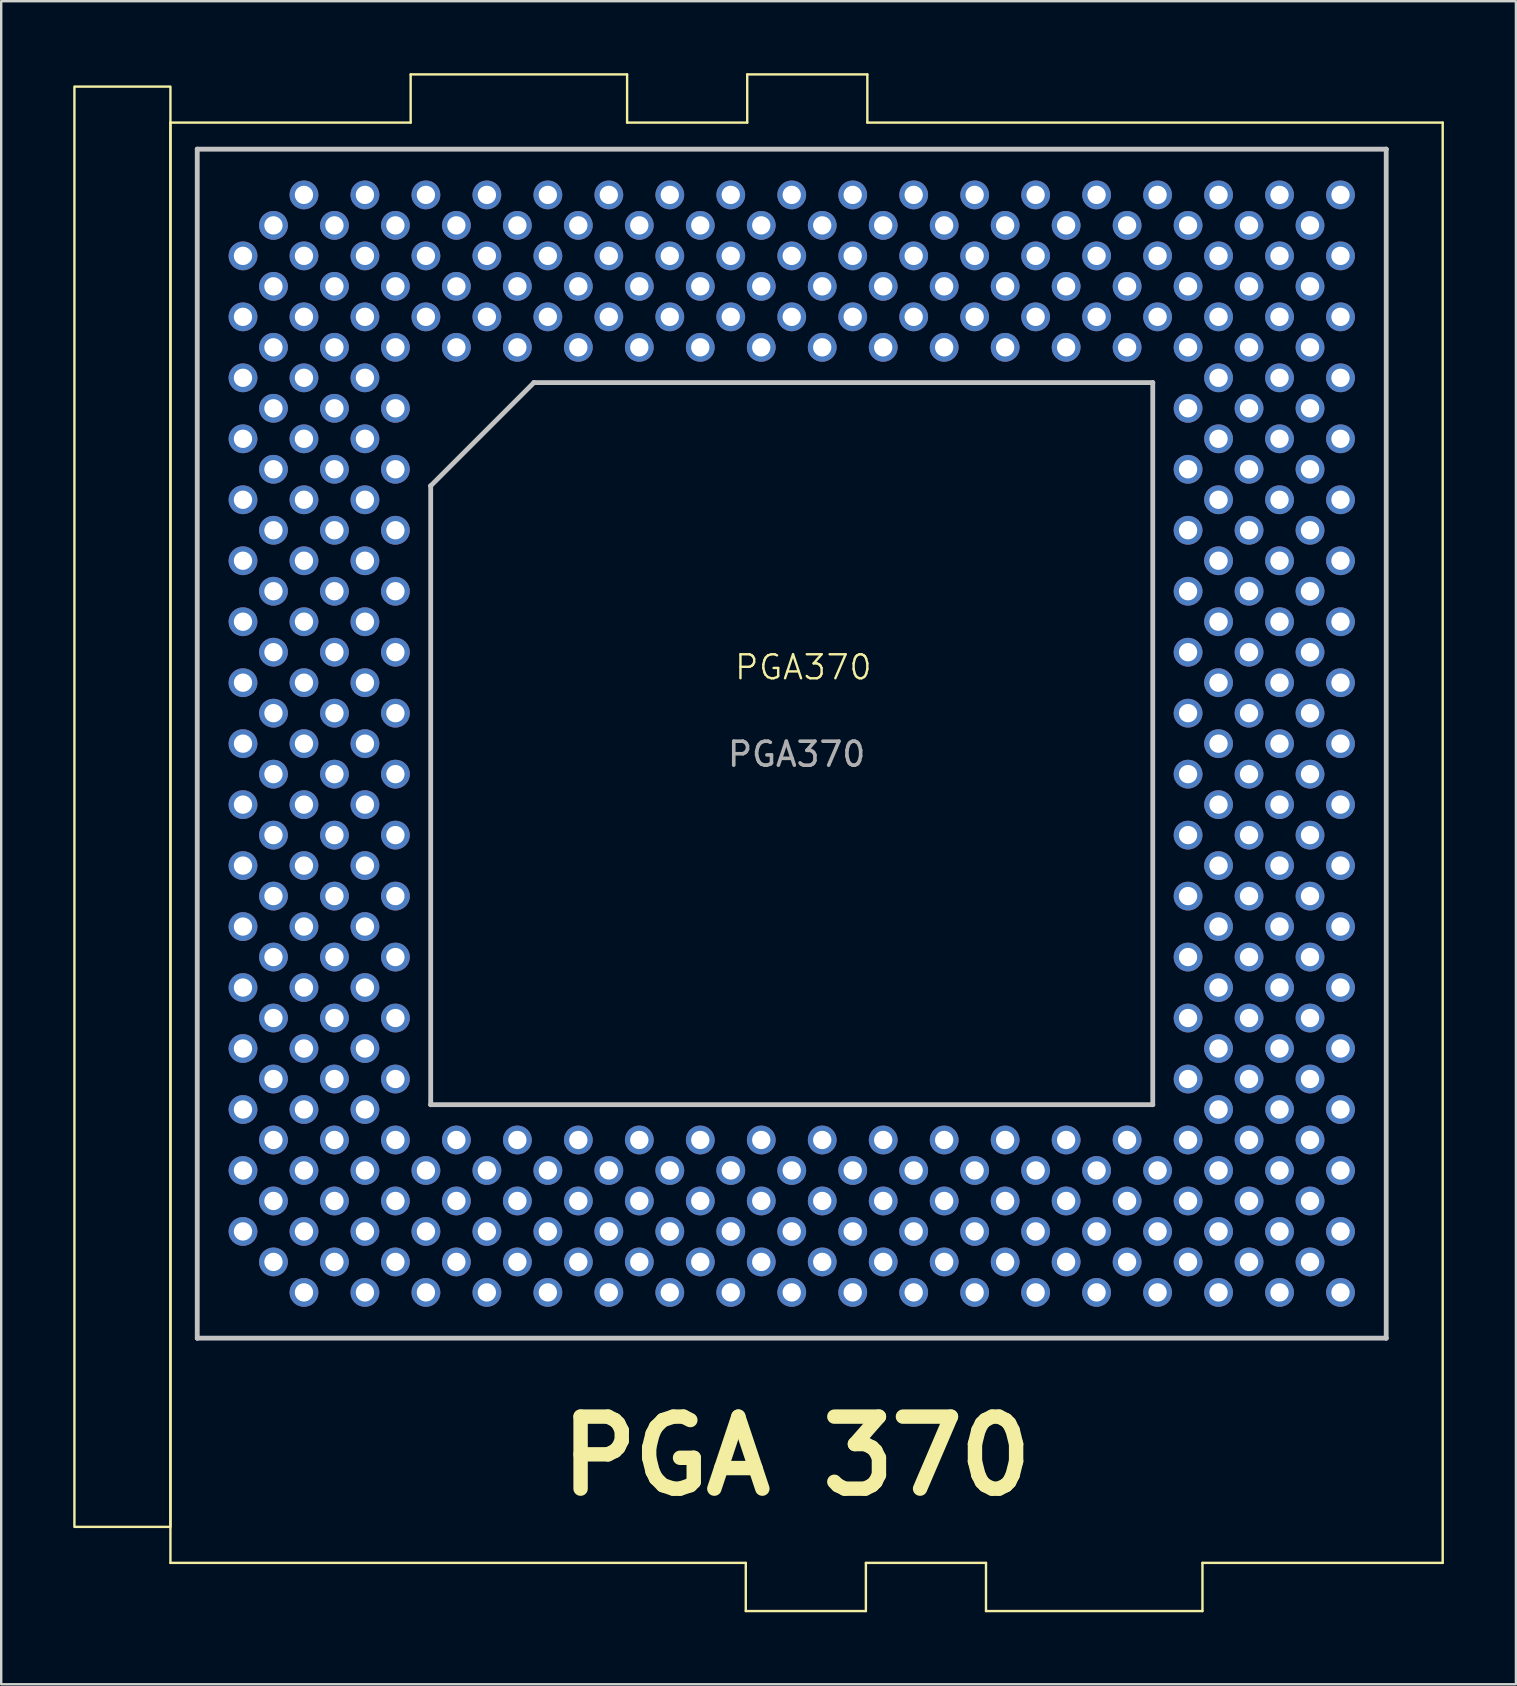
<source format=kicad_pcb>
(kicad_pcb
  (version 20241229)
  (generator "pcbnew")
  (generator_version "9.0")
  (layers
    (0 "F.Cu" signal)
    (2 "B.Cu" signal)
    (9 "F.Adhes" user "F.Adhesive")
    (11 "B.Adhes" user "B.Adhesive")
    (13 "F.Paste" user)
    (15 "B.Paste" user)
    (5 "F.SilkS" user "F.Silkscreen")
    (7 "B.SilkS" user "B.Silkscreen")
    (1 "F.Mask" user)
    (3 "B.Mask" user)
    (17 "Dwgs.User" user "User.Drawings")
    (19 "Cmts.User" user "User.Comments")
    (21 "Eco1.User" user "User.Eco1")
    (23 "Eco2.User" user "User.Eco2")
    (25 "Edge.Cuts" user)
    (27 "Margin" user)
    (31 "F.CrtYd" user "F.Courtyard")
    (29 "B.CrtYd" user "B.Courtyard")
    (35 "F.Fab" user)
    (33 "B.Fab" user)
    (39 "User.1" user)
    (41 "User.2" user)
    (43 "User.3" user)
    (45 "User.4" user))
  (footprint "PGA370"
    (layer "F.Cu")
    (at 30.415 25.247)
    (property "Reference" "PGA370" (at 0 -0.5 0) (unlocked yes) (layer "F.SilkS") (effects (font (size 1 1) (thickness 0.1))))
    (attr through_hole)
    (fp_line (start -26.365 -23.19) (end -16.358 -23.19) (stroke (width 0.1) (type default)) (layer "F.SilkS"))
    (fp_line (start -26.365 36.81) (end -26.365 -23.19) (stroke (width 0.1) (type default)) (layer "F.SilkS"))
    (fp_line (start -16.358 -25.197) (end -7.341 -25.197) (stroke (width 0.1) (type default)) (layer "F.SilkS"))
    (fp_line (start -16.358 -23.19) (end -16.358 -25.197) (stroke (width 0.1) (type default)) (layer "F.SilkS"))
    (fp_line (start -7.341 -25.197) (end -7.341 -23.19) (stroke (width 0.1) (type default)) (layer "F.SilkS"))
    (fp_line (start -7.341 -23.19) (end -2.337 -23.19) (stroke (width 0.1) (type default)) (layer "F.SilkS"))
    (fp_line (start -2.397 36.81) (end -26.365 36.81) (stroke (width 0.1) (type default)) (layer "F.SilkS"))
    (fp_line (start -2.397 38.816) (end -2.397 36.81) (stroke (width 0.1) (type default)) (layer "F.SilkS"))
    (fp_line (start -2.337 -25.197) (end 2.667 -25.197) (stroke (width 0.1) (type default)) (layer "F.SilkS"))
    (fp_line (start -2.337 -23.19) (end -2.337 -25.197) (stroke (width 0.1) (type default)) (layer "F.SilkS"))
    (fp_line (start 2.606 36.81) (end 2.606 38.816) (stroke (width 0.1) (type default)) (layer "F.SilkS"))
    (fp_line (start 2.606 38.816) (end -2.397 38.816) (stroke (width 0.1) (type default)) (layer "F.SilkS"))
    (fp_line (start 2.667 -25.197) (end 2.667 -23.19) (stroke (width 0.1) (type default)) (layer "F.SilkS"))
    (fp_line (start 2.667 -23.19) (end 26.635 -23.19) (stroke (width 0.1) (type default)) (layer "F.SilkS"))
    (fp_line (start 7.61 36.81) (end 2.606 36.81) (stroke (width 0.1) (type default)) (layer "F.SilkS"))
    (fp_line (start 7.61 38.816) (end 7.61 36.81) (stroke (width 0.1) (type default)) (layer "F.SilkS"))
    (fp_line (start 16.627 36.81) (end 16.627 38.816) (stroke (width 0.1) (type default)) (layer "F.SilkS"))
    (fp_line (start 16.627 38.816) (end 7.61 38.816) (stroke (width 0.1) (type default)) (layer "F.SilkS"))
    (fp_line (start 26.635 -23.19) (end 26.635 36.81) (stroke (width 0.1) (type default)) (layer "F.SilkS"))
    (fp_line (start 26.635 36.81) (end 16.627 36.81) (stroke (width 0.1) (type default)) (layer "F.SilkS"))
    (fp_rect (start -30.365 -24.69) (end -26.365 35.31) (stroke (width 0.1) (type default)) (fill no) (layer "F.SilkS"))
    (fp_line (start -25.248 -22.083) (end -25.248 -22.083) (stroke (width 0.2) (type solid)) (layer "Dwgs.User"))
    (fp_line (start -25.248 -22.083) (end 24.282 -22.083) (stroke (width 0.2) (type solid)) (layer "Dwgs.User"))
    (fp_line (start -25.248 27.447) (end -25.248 -22.083) (stroke (width 0.2) (type solid)) (layer "Dwgs.User"))
    (fp_line (start -25.248 27.447) (end -25.248 27.447) (stroke (width 0.2) (type solid)) (layer "Dwgs.User"))
    (fp_line (start -15.523 -8.058) (end -15.523 -8.058) (stroke (width 0.2) (type solid)) (layer "Dwgs.User"))
    (fp_line (start -15.523 -8.058) (end -11.223 -12.358) (stroke (width 0.2) (type solid)) (layer "Dwgs.User"))
    (fp_line (start -15.523 17.722) (end -15.523 -8.058) (stroke (width 0.2) (type solid)) (layer "Dwgs.User"))
    (fp_line (start -15.523 17.722) (end -15.523 17.722) (stroke (width 0.2) (type solid)) (layer "Dwgs.User"))
    (fp_line (start -11.223 -12.358) (end -11.223 -12.358) (stroke (width 0.2) (type solid)) (layer "Dwgs.User"))
    (fp_line (start -11.223 -12.358) (end 14.557 -12.358) (stroke (width 0.2) (type solid)) (layer "Dwgs.User"))
    (fp_line (start 14.557 -12.358) (end 14.557 -12.358) (stroke (width 0.2) (type solid)) (layer "Dwgs.User"))
    (fp_line (start 14.557 -12.358) (end 14.557 17.722) (stroke (width 0.2) (type solid)) (layer "Dwgs.User"))
    (fp_line (start 14.557 17.722) (end -15.523 17.722) (stroke (width 0.2) (type solid)) (layer "Dwgs.User"))
    (fp_line (start 14.557 17.722) (end 14.557 17.722) (stroke (width 0.2) (type solid)) (layer "Dwgs.User"))
    (fp_line (start 24.282 -22.083) (end 24.282 -22.083) (stroke (width 0.2) (type solid)) (layer "Dwgs.User"))
    (fp_line (start 24.282 27.447) (end -25.248 27.447) (stroke (width 0.2) (type solid)) (layer "Dwgs.User"))
    (fp_line (start 24.282 27.447) (end 24.282 -22.083) (stroke (width 0.2) (type solid)) (layer "Dwgs.User"))
    (fp_line (start 24.282 27.447) (end 24.282 27.447) (stroke (width 0.2) (type solid)) (layer "Dwgs.User"))
    (fp_text user "PGA 370" (at -0.279 32.36 180) (layer "F.SilkS") (effects (font (size 3 3) (thickness 0.6))))
    (fp_text user "${REFERENCE}" (at -0.279 3.124 0) (unlocked yes) (layer "F.Fab") (effects (font (size 1 1) (thickness 0.15))))
    (pad "A3" thru_hole circle (at -20.803 -20.178) (size 1.2 1.2) (drill 0.762) (layers "*.Cu" "*.Mask"))
    (pad "A5" thru_hole circle (at -18.263 -20.178) (size 1.2 1.2) (drill 0.762) (layers "*.Cu" "*.Mask"))
    (pad "A7" thru_hole circle (at -15.723 -20.178) (size 1.2 1.2) (drill 0.762) (layers "*.Cu" "*.Mask"))
    (pad "A9" thru_hole circle (at -13.183 -20.178) (size 1.2 1.2) (drill 0.762) (layers "*.Cu" "*.Mask"))
    (pad "A11" thru_hole circle (at -10.643 -20.178) (size 1.2 1.2) (drill 0.762) (layers "*.Cu" "*.Mask"))
    (pad "A13" thru_hole circle (at -8.103 -20.178) (size 1.2 1.2) (drill 0.762) (layers "*.Cu" "*.Mask"))
    (pad "A15" thru_hole circle (at -5.563 -20.178) (size 1.2 1.2) (drill 0.762) (layers "*.Cu" "*.Mask"))
    (pad "A17" thru_hole circle (at -3.023 -20.178) (size 1.2 1.2) (drill 0.762) (layers "*.Cu" "*.Mask"))
    (pad "A19" thru_hole circle (at -0.483 -20.178) (size 1.2 1.2) (drill 0.762) (layers "*.Cu" "*.Mask"))
    (pad "A21" thru_hole circle (at 2.057 -20.178) (size 1.2 1.2) (drill 0.762) (layers "*.Cu" "*.Mask"))
    (pad "A23" thru_hole circle (at 4.597 -20.178) (size 1.2 1.2) (drill 0.762) (layers "*.Cu" "*.Mask"))
    (pad "A25" thru_hole circle (at 7.137 -20.178) (size 1.2 1.2) (drill 0.762) (layers "*.Cu" "*.Mask"))
    (pad "A27" thru_hole circle (at 9.677 -20.178) (size 1.2 1.2) (drill 0.762) (layers "*.Cu" "*.Mask"))
    (pad "A29" thru_hole circle (at 12.217 -20.178) (size 1.2 1.2) (drill 0.762) (layers "*.Cu" "*.Mask"))
    (pad "A31" thru_hole circle (at 14.757 -20.178) (size 1.2 1.2) (drill 0.762) (layers "*.Cu" "*.Mask"))
    (pad "A33" thru_hole circle (at 17.297 -20.178) (size 1.2 1.2) (drill 0.762) (layers "*.Cu" "*.Mask"))
    (pad "A35" thru_hole circle (at 19.837 -20.178) (size 1.2 1.2) (drill 0.762) (layers "*.Cu" "*.Mask"))
    (pad "A37" thru_hole circle (at 22.377 -20.178) (size 1.2 1.2) (drill 0.762) (layers "*.Cu" "*.Mask"))
    (pad "AA1" thru_hole circle (at -23.343 10.302) (size 1.2 1.2) (drill 0.762) (layers "*.Cu" "*.Mask"))
    (pad "AA3" thru_hole circle (at -20.803 10.302) (size 1.2 1.2) (drill 0.762) (layers "*.Cu" "*.Mask"))
    (pad "AA5" thru_hole circle (at -18.263 10.302) (size 1.2 1.2) (drill 0.762) (layers "*.Cu" "*.Mask"))
    (pad "AA33" thru_hole circle (at 17.297 10.302) (size 1.2 1.2) (drill 0.762) (layers "*.Cu" "*.Mask"))
    (pad "AA35" thru_hole circle (at 19.837 10.302) (size 1.2 1.2) (drill 0.762) (layers "*.Cu" "*.Mask"))
    (pad "AA37" thru_hole circle (at 22.377 10.302) (size 1.2 1.2) (drill 0.762) (layers "*.Cu" "*.Mask"))
    (pad "AB2" thru_hole circle (at -22.073 11.572) (size 1.2 1.2) (drill 0.762) (layers "*.Cu" "*.Mask"))
    (pad "AB4" thru_hole circle (at -19.533 11.572) (size 1.2 1.2) (drill 0.762) (layers "*.Cu" "*.Mask"))
    (pad "AB6" thru_hole circle (at -16.993 11.572) (size 1.2 1.2) (drill 0.762) (layers "*.Cu" "*.Mask"))
    (pad "AB32" thru_hole circle (at 16.027 11.572) (size 1.2 1.2) (drill 0.762) (layers "*.Cu" "*.Mask"))
    (pad "AB34" thru_hole circle (at 18.567 11.572) (size 1.2 1.2) (drill 0.762) (layers "*.Cu" "*.Mask"))
    (pad "AB36" thru_hole circle (at 21.107 11.572) (size 1.2 1.2) (drill 0.762) (layers "*.Cu" "*.Mask"))
    (pad "AC1" thru_hole circle (at -23.343 12.842) (size 1.2 1.2) (drill 0.762) (layers "*.Cu" "*.Mask"))
    (pad "AC3" thru_hole circle (at -20.803 12.842) (size 1.2 1.2) (drill 0.762) (layers "*.Cu" "*.Mask"))
    (pad "AC5" thru_hole circle (at -18.263 12.842) (size 1.2 1.2) (drill 0.762) (layers "*.Cu" "*.Mask"))
    (pad "AC33" thru_hole circle (at 17.297 12.842) (size 1.2 1.2) (drill 0.762) (layers "*.Cu" "*.Mask"))
    (pad "AC35" thru_hole circle (at 19.837 12.842) (size 1.2 1.2) (drill 0.762) (layers "*.Cu" "*.Mask"))
    (pad "AC37" thru_hole circle (at 22.377 12.842) (size 1.2 1.2) (drill 0.762) (layers "*.Cu" "*.Mask"))
    (pad "AD2" thru_hole circle (at -22.073 14.112) (size 1.2 1.2) (drill 0.762) (layers "*.Cu" "*.Mask"))
    (pad "AD4" thru_hole circle (at -19.533 14.112) (size 1.2 1.2) (drill 0.762) (layers "*.Cu" "*.Mask"))
    (pad "AD6" thru_hole circle (at -16.993 14.112) (size 1.2 1.2) (drill 0.762) (layers "*.Cu" "*.Mask"))
    (pad "AD32" thru_hole circle (at 16.027 14.112) (size 1.2 1.2) (drill 0.762) (layers "*.Cu" "*.Mask"))
    (pad "AD34" thru_hole circle (at 18.567 14.112) (size 1.2 1.2) (drill 0.762) (layers "*.Cu" "*.Mask"))
    (pad "AD36" thru_hole circle (at 21.107 14.112) (size 1.2 1.2) (drill 0.762) (layers "*.Cu" "*.Mask"))
    (pad "AE1" thru_hole circle (at -23.343 15.382) (size 1.2 1.2) (drill 0.762) (layers "*.Cu" "*.Mask"))
    (pad "AE3" thru_hole circle (at -20.803 15.382) (size 1.2 1.2) (drill 0.762) (layers "*.Cu" "*.Mask"))
    (pad "AE5" thru_hole circle (at -18.263 15.382) (size 1.2 1.2) (drill 0.762) (layers "*.Cu" "*.Mask"))
    (pad "AE33" thru_hole circle (at 17.297 15.382) (size 1.2 1.2) (drill 0.762) (layers "*.Cu" "*.Mask"))
    (pad "AE35" thru_hole circle (at 19.837 15.382) (size 1.2 1.2) (drill 0.762) (layers "*.Cu" "*.Mask"))
    (pad "AE37" thru_hole circle (at 22.377 15.382) (size 1.2 1.2) (drill 0.762) (layers "*.Cu" "*.Mask"))
    (pad "AF2" thru_hole circle (at -22.073 16.652) (size 1.2 1.2) (drill 0.762) (layers "*.Cu" "*.Mask"))
    (pad "AF4" thru_hole circle (at -19.533 16.652) (size 1.2 1.2) (drill 0.762) (layers "*.Cu" "*.Mask"))
    (pad "AF6" thru_hole circle (at -16.993 16.652) (size 1.2 1.2) (drill 0.762) (layers "*.Cu" "*.Mask"))
    (pad "AF32" thru_hole circle (at 16.027 16.652) (size 1.2 1.2) (drill 0.762) (layers "*.Cu" "*.Mask"))
    (pad "AF34" thru_hole circle (at 18.567 16.652) (size 1.2 1.2) (drill 0.762) (layers "*.Cu" "*.Mask"))
    (pad "AF36" thru_hole circle (at 21.107 16.652) (size 1.2 1.2) (drill 0.762) (layers "*.Cu" "*.Mask"))
    (pad "AG1" thru_hole circle (at -23.343 17.922) (size 1.2 1.2) (drill 0.762) (layers "*.Cu" "*.Mask"))
    (pad "AG3" thru_hole circle (at -20.803 17.922) (size 1.2 1.2) (drill 0.762) (layers "*.Cu" "*.Mask"))
    (pad "AG5" thru_hole circle (at -18.263 17.922) (size 1.2 1.2) (drill 0.762) (layers "*.Cu" "*.Mask"))
    (pad "AG33" thru_hole circle (at 17.297 17.922) (size 1.2 1.2) (drill 0.762) (layers "*.Cu" "*.Mask"))
    (pad "AG35" thru_hole circle (at 19.837 17.922) (size 1.2 1.2) (drill 0.762) (layers "*.Cu" "*.Mask"))
    (pad "AG37" thru_hole circle (at 22.377 17.922) (size 1.2 1.2) (drill 0.762) (layers "*.Cu" "*.Mask"))
    (pad "AH2" thru_hole circle (at -22.073 19.192) (size 1.2 1.2) (drill 0.762) (layers "*.Cu" "*.Mask"))
    (pad "AH4" thru_hole circle (at -19.533 19.192) (size 1.2 1.2) (drill 0.762) (layers "*.Cu" "*.Mask"))
    (pad "AH6" thru_hole circle (at -16.993 19.192) (size 1.2 1.2) (drill 0.762) (layers "*.Cu" "*.Mask"))
    (pad "AH8" thru_hole circle (at -14.453 19.192) (size 1.2 1.2) (drill 0.762) (layers "*.Cu" "*.Mask"))
    (pad "AH10" thru_hole circle (at -11.913 19.192) (size 1.2 1.2) (drill 0.762) (layers "*.Cu" "*.Mask"))
    (pad "AH12" thru_hole circle (at -9.373 19.192) (size 1.2 1.2) (drill 0.762) (layers "*.Cu" "*.Mask"))
    (pad "AH14" thru_hole circle (at -6.833 19.192) (size 1.2 1.2) (drill 0.762) (layers "*.Cu" "*.Mask"))
    (pad "AH16" thru_hole circle (at -4.293 19.192) (size 1.2 1.2) (drill 0.762) (layers "*.Cu" "*.Mask"))
    (pad "AH18" thru_hole circle (at -1.753 19.192) (size 1.2 1.2) (drill 0.762) (layers "*.Cu" "*.Mask"))
    (pad "AH20" thru_hole circle (at 0.787 19.192) (size 1.2 1.2) (drill 0.762) (layers "*.Cu" "*.Mask"))
    (pad "AH22" thru_hole circle (at 3.327 19.192) (size 1.2 1.2) (drill 0.762) (layers "*.Cu" "*.Mask"))
    (pad "AH24" thru_hole circle (at 5.867 19.192) (size 1.2 1.2) (drill 0.762) (layers "*.Cu" "*.Mask"))
    (pad "AH26" thru_hole circle (at 8.407 19.192) (size 1.2 1.2) (drill 0.762) (layers "*.Cu" "*.Mask"))
    (pad "AH28" thru_hole circle (at 10.947 19.192) (size 1.2 1.2) (drill 0.762) (layers "*.Cu" "*.Mask"))
    (pad "AH30" thru_hole circle (at 13.487 19.192) (size 1.2 1.2) (drill 0.762) (layers "*.Cu" "*.Mask"))
    (pad "AH32" thru_hole circle (at 16.027 19.192) (size 1.2 1.2) (drill 0.762) (layers "*.Cu" "*.Mask"))
    (pad "AH34" thru_hole circle (at 18.567 19.192) (size 1.2 1.2) (drill 0.762) (layers "*.Cu" "*.Mask"))
    (pad "AH36" thru_hole circle (at 21.107 19.192) (size 1.2 1.2) (drill 0.762) (layers "*.Cu" "*.Mask"))
    (pad "AJ1" thru_hole circle (at -23.343 20.462) (size 1.2 1.2) (drill 0.762) (layers "*.Cu" "*.Mask"))
    (pad "AJ3" thru_hole circle (at -20.803 20.462) (size 1.2 1.2) (drill 0.762) (layers "*.Cu" "*.Mask"))
    (pad "AJ5" thru_hole circle (at -18.263 20.462) (size 1.2 1.2) (drill 0.762) (layers "*.Cu" "*.Mask"))
    (pad "AJ7" thru_hole circle (at -15.723 20.462) (size 1.2 1.2) (drill 0.762) (layers "*.Cu" "*.Mask"))
    (pad "AJ9" thru_hole circle (at -13.183 20.462) (size 1.2 1.2) (drill 0.762) (layers "*.Cu" "*.Mask"))
    (pad "AJ11" thru_hole circle (at -10.643 20.462) (size 1.2 1.2) (drill 0.762) (layers "*.Cu" "*.Mask"))
    (pad "AJ13" thru_hole circle (at -8.103 20.462) (size 1.2 1.2) (drill 0.762) (layers "*.Cu" "*.Mask"))
    (pad "AJ15" thru_hole circle (at -5.563 20.462) (size 1.2 1.2) (drill 0.762) (layers "*.Cu" "*.Mask"))
    (pad "AJ17" thru_hole circle (at -3.023 20.462) (size 1.2 1.2) (drill 0.762) (layers "*.Cu" "*.Mask"))
    (pad "AJ19" thru_hole circle (at -0.483 20.462) (size 1.2 1.2) (drill 0.762) (layers "*.Cu" "*.Mask"))
    (pad "AJ21" thru_hole circle (at 2.057 20.462) (size 1.2 1.2) (drill 0.762) (layers "*.Cu" "*.Mask"))
    (pad "AJ23" thru_hole circle (at 4.597 20.462) (size 1.2 1.2) (drill 0.762) (layers "*.Cu" "*.Mask"))
    (pad "AJ25" thru_hole circle (at 7.137 20.462) (size 1.2 1.2) (drill 0.762) (layers "*.Cu" "*.Mask"))
    (pad "AJ27" thru_hole circle (at 9.677 20.462) (size 1.2 1.2) (drill 0.762) (layers "*.Cu" "*.Mask"))
    (pad "AJ29" thru_hole circle (at 12.217 20.462) (size 1.2 1.2) (drill 0.762) (layers "*.Cu" "*.Mask"))
    (pad "AJ31" thru_hole circle (at 14.757 20.462) (size 1.2 1.2) (drill 0.762) (layers "*.Cu" "*.Mask"))
    (pad "AJ33" thru_hole circle (at 17.297 20.462) (size 1.2 1.2) (drill 0.762) (layers "*.Cu" "*.Mask"))
    (pad "AJ35" thru_hole circle (at 19.837 20.462) (size 1.2 1.2) (drill 0.762) (layers "*.Cu" "*.Mask"))
    (pad "AJ37" thru_hole circle (at 22.377 20.462) (size 1.2 1.2) (drill 0.762) (layers "*.Cu" "*.Mask"))
    (pad "AK2" thru_hole circle (at -22.073 21.732) (size 1.2 1.2) (drill 0.762) (layers "*.Cu" "*.Mask"))
    (pad "AK4" thru_hole circle (at -19.533 21.732) (size 1.2 1.2) (drill 0.762) (layers "*.Cu" "*.Mask"))
    (pad "AK6" thru_hole circle (at -16.993 21.732) (size 1.2 1.2) (drill 0.762) (layers "*.Cu" "*.Mask"))
    (pad "AK8" thru_hole circle (at -14.453 21.732) (size 1.2 1.2) (drill 0.762) (layers "*.Cu" "*.Mask"))
    (pad "AK10" thru_hole circle (at -11.913 21.732) (size 1.2 1.2) (drill 0.762) (layers "*.Cu" "*.Mask"))
    (pad "AK12" thru_hole circle (at -9.373 21.732) (size 1.2 1.2) (drill 0.762) (layers "*.Cu" "*.Mask"))
    (pad "AK14" thru_hole circle (at -6.833 21.732) (size 1.2 1.2) (drill 0.762) (layers "*.Cu" "*.Mask"))
    (pad "AK16" thru_hole circle (at -4.293 21.732) (size 1.2 1.2) (drill 0.762) (layers "*.Cu" "*.Mask"))
    (pad "AK18" thru_hole circle (at -1.753 21.732) (size 1.2 1.2) (drill 0.762) (layers "*.Cu" "*.Mask"))
    (pad "AK20" thru_hole circle (at 0.787 21.732) (size 1.2 1.2) (drill 0.762) (layers "*.Cu" "*.Mask"))
    (pad "AK22" thru_hole circle (at 3.327 21.732) (size 1.2 1.2) (drill 0.762) (layers "*.Cu" "*.Mask"))
    (pad "AK24" thru_hole circle (at 5.867 21.732) (size 1.2 1.2) (drill 0.762) (layers "*.Cu" "*.Mask"))
    (pad "AK26" thru_hole circle (at 8.407 21.732) (size 1.2 1.2) (drill 0.762) (layers "*.Cu" "*.Mask"))
    (pad "AK28" thru_hole circle (at 10.947 21.732) (size 1.2 1.2) (drill 0.762) (layers "*.Cu" "*.Mask"))
    (pad "AK30" thru_hole circle (at 13.487 21.732) (size 1.2 1.2) (drill 0.762) (layers "*.Cu" "*.Mask"))
    (pad "AK32" thru_hole circle (at 16.027 21.732) (size 1.2 1.2) (drill 0.762) (layers "*.Cu" "*.Mask"))
    (pad "AK34" thru_hole circle (at 18.567 21.732) (size 1.2 1.2) (drill 0.762) (layers "*.Cu" "*.Mask"))
    (pad "AK36" thru_hole circle (at 21.107 21.732) (size 1.2 1.2) (drill 0.762) (layers "*.Cu" "*.Mask"))
    (pad "AL1" thru_hole circle (at -23.343 23.002) (size 1.2 1.2) (drill 0.762) (layers "*.Cu" "*.Mask"))
    (pad "AL3" thru_hole circle (at -20.803 23.002) (size 1.2 1.2) (drill 0.762) (layers "*.Cu" "*.Mask"))
    (pad "AL5" thru_hole circle (at -18.263 23.002) (size 1.2 1.2) (drill 0.762) (layers "*.Cu" "*.Mask"))
    (pad "AL7" thru_hole circle (at -15.723 23.002) (size 1.2 1.2) (drill 0.762) (layers "*.Cu" "*.Mask"))
    (pad "AL9" thru_hole circle (at -13.183 23.002) (size 1.2 1.2) (drill 0.762) (layers "*.Cu" "*.Mask"))
    (pad "AL11" thru_hole circle (at -10.643 23.002) (size 1.2 1.2) (drill 0.762) (layers "*.Cu" "*.Mask"))
    (pad "AL13" thru_hole circle (at -8.103 23.002) (size 1.2 1.2) (drill 0.762) (layers "*.Cu" "*.Mask"))
    (pad "AL15" thru_hole circle (at -5.563 23.002) (size 1.2 1.2) (drill 0.762) (layers "*.Cu" "*.Mask"))
    (pad "AL17" thru_hole circle (at -3.023 23.002) (size 1.2 1.2) (drill 0.762) (layers "*.Cu" "*.Mask"))
    (pad "AL19" thru_hole circle (at -0.483 23.002) (size 1.2 1.2) (drill 0.762) (layers "*.Cu" "*.Mask"))
    (pad "AL21" thru_hole circle (at 2.057 23.002) (size 1.2 1.2) (drill 0.762) (layers "*.Cu" "*.Mask"))
    (pad "AL23" thru_hole circle (at 4.597 23.002) (size 1.2 1.2) (drill 0.762) (layers "*.Cu" "*.Mask"))
    (pad "AL25" thru_hole circle (at 7.137 23.002) (size 1.2 1.2) (drill 0.762) (layers "*.Cu" "*.Mask"))
    (pad "AL27" thru_hole circle (at 9.677 23.002) (size 1.2 1.2) (drill 0.762) (layers "*.Cu" "*.Mask"))
    (pad "AL29" thru_hole circle (at 12.217 23.002) (size 1.2 1.2) (drill 0.762) (layers "*.Cu" "*.Mask"))
    (pad "AL31" thru_hole circle (at 14.757 23.002) (size 1.2 1.2) (drill 0.762) (layers "*.Cu" "*.Mask"))
    (pad "AL33" thru_hole circle (at 17.297 23.002) (size 1.2 1.2) (drill 0.762) (layers "*.Cu" "*.Mask"))
    (pad "AL35" thru_hole circle (at 19.837 23.002) (size 1.2 1.2) (drill 0.762) (layers "*.Cu" "*.Mask"))
    (pad "AL37" thru_hole circle (at 22.377 23.002) (size 1.2 1.2) (drill 0.762) (layers "*.Cu" "*.Mask"))
    (pad "AM2" thru_hole circle (at -22.073 24.272) (size 1.2 1.2) (drill 0.762) (layers "*.Cu" "*.Mask"))
    (pad "AM4" thru_hole circle (at -19.533 24.272) (size 1.2 1.2) (drill 0.762) (layers "*.Cu" "*.Mask"))
    (pad "AM6" thru_hole circle (at -16.993 24.272) (size 1.2 1.2) (drill 0.762) (layers "*.Cu" "*.Mask"))
    (pad "AM8" thru_hole circle (at -14.453 24.272) (size 1.2 1.2) (drill 0.762) (layers "*.Cu" "*.Mask"))
    (pad "AM10" thru_hole circle (at -11.913 24.272) (size 1.2 1.2) (drill 0.762) (layers "*.Cu" "*.Mask"))
    (pad "AM12" thru_hole circle (at -9.373 24.272) (size 1.2 1.2) (drill 0.762) (layers "*.Cu" "*.Mask"))
    (pad "AM14" thru_hole circle (at -6.833 24.272) (size 1.2 1.2) (drill 0.762) (layers "*.Cu" "*.Mask"))
    (pad "AM16" thru_hole circle (at -4.293 24.272) (size 1.2 1.2) (drill 0.762) (layers "*.Cu" "*.Mask"))
    (pad "AM18" thru_hole circle (at -1.753 24.272) (size 1.2 1.2) (drill 0.762) (layers "*.Cu" "*.Mask"))
    (pad "AM20" thru_hole circle (at 0.787 24.272) (size 1.2 1.2) (drill 0.762) (layers "*.Cu" "*.Mask"))
    (pad "AM22" thru_hole circle (at 3.327 24.272) (size 1.2 1.2) (drill 0.762) (layers "*.Cu" "*.Mask"))
    (pad "AM24" thru_hole circle (at 5.867 24.272) (size 1.2 1.2) (drill 0.762) (layers "*.Cu" "*.Mask"))
    (pad "AM26" thru_hole circle (at 8.407 24.272) (size 1.2 1.2) (drill 0.762) (layers "*.Cu" "*.Mask"))
    (pad "AM28" thru_hole circle (at 10.947 24.272) (size 1.2 1.2) (drill 0.762) (layers "*.Cu" "*.Mask"))
    (pad "AM30" thru_hole circle (at 13.487 24.272) (size 1.2 1.2) (drill 0.762) (layers "*.Cu" "*.Mask"))
    (pad "AM32" thru_hole circle (at 16.027 24.272) (size 1.2 1.2) (drill 0.762) (layers "*.Cu" "*.Mask"))
    (pad "AM34" thru_hole circle (at 18.567 24.272) (size 1.2 1.2) (drill 0.762) (layers "*.Cu" "*.Mask"))
    (pad "AM36" thru_hole circle (at 21.107 24.272) (size 1.2 1.2) (drill 0.762) (layers "*.Cu" "*.Mask"))
    (pad "AN3" thru_hole circle (at -20.803 25.542) (size 1.2 1.2) (drill 0.762) (layers "*.Cu" "*.Mask"))
    (pad "AN5" thru_hole circle (at -18.263 25.542) (size 1.2 1.2) (drill 0.762) (layers "*.Cu" "*.Mask"))
    (pad "AN7" thru_hole circle (at -15.723 25.542) (size 1.2 1.2) (drill 0.762) (layers "*.Cu" "*.Mask"))
    (pad "AN9" thru_hole circle (at -13.183 25.542) (size 1.2 1.2) (drill 0.762) (layers "*.Cu" "*.Mask"))
    (pad "AN11" thru_hole circle (at -10.643 25.542) (size 1.2 1.2) (drill 0.762) (layers "*.Cu" "*.Mask"))
    (pad "AN13" thru_hole circle (at -8.103 25.542) (size 1.2 1.2) (drill 0.762) (layers "*.Cu" "*.Mask"))
    (pad "AN15" thru_hole circle (at -5.563 25.542) (size 1.2 1.2) (drill 0.762) (layers "*.Cu" "*.Mask"))
    (pad "AN17" thru_hole circle (at -3.023 25.542) (size 1.2 1.2) (drill 0.762) (layers "*.Cu" "*.Mask"))
    (pad "AN19" thru_hole circle (at -0.483 25.542) (size 1.2 1.2) (drill 0.762) (layers "*.Cu" "*.Mask"))
    (pad "AN21" thru_hole circle (at 2.057 25.542) (size 1.2 1.2) (drill 0.762) (layers "*.Cu" "*.Mask"))
    (pad "AN23" thru_hole circle (at 4.597 25.542) (size 1.2 1.2) (drill 0.762) (layers "*.Cu" "*.Mask"))
    (pad "AN25" thru_hole circle (at 7.137 25.542) (size 1.2 1.2) (drill 0.762) (layers "*.Cu" "*.Mask"))
    (pad "AN27" thru_hole circle (at 9.677 25.542) (size 1.2 1.2) (drill 0.762) (layers "*.Cu" "*.Mask"))
    (pad "AN29" thru_hole circle (at 12.217 25.542) (size 1.2 1.2) (drill 0.762) (layers "*.Cu" "*.Mask"))
    (pad "AN31" thru_hole circle (at 14.757 25.542) (size 1.2 1.2) (drill 0.762) (layers "*.Cu" "*.Mask"))
    (pad "AN33" thru_hole circle (at 17.297 25.542) (size 1.2 1.2) (drill 0.762) (layers "*.Cu" "*.Mask"))
    (pad "AN35" thru_hole circle (at 19.837 25.542) (size 1.2 1.2) (drill 0.762) (layers "*.Cu" "*.Mask"))
    (pad "AN37" thru_hole circle (at 22.377 25.542) (size 1.2 1.2) (drill 0.762) (layers "*.Cu" "*.Mask"))
    (pad "B2" thru_hole circle (at -22.073 -18.908) (size 1.2 1.2) (drill 0.762) (layers "*.Cu" "*.Mask"))
    (pad "B4" thru_hole circle (at -19.533 -18.908) (size 1.2 1.2) (drill 0.762) (layers "*.Cu" "*.Mask"))
    (pad "B6" thru_hole circle (at -16.993 -18.908) (size 1.2 1.2) (drill 0.762) (layers "*.Cu" "*.Mask"))
    (pad "B8" thru_hole circle (at -14.453 -18.908) (size 1.2 1.2) (drill 0.762) (layers "*.Cu" "*.Mask"))
    (pad "B10" thru_hole circle (at -11.913 -18.908) (size 1.2 1.2) (drill 0.762) (layers "*.Cu" "*.Mask"))
    (pad "B12" thru_hole circle (at -9.373 -18.908) (size 1.2 1.2) (drill 0.762) (layers "*.Cu" "*.Mask"))
    (pad "B14" thru_hole circle (at -6.833 -18.908) (size 1.2 1.2) (drill 0.762) (layers "*.Cu" "*.Mask"))
    (pad "B16" thru_hole circle (at -4.293 -18.908) (size 1.2 1.2) (drill 0.762) (layers "*.Cu" "*.Mask"))
    (pad "B18" thru_hole circle (at -1.753 -18.908) (size 1.2 1.2) (drill 0.762) (layers "*.Cu" "*.Mask"))
    (pad "B20" thru_hole circle (at 0.787 -18.908) (size 1.2 1.2) (drill 0.762) (layers "*.Cu" "*.Mask"))
    (pad "B22" thru_hole circle (at 3.327 -18.908) (size 1.2 1.2) (drill 0.762) (layers "*.Cu" "*.Mask"))
    (pad "B24" thru_hole circle (at 5.867 -18.908) (size 1.2 1.2) (drill 0.762) (layers "*.Cu" "*.Mask"))
    (pad "B26" thru_hole circle (at 8.407 -18.908) (size 1.2 1.2) (drill 0.762) (layers "*.Cu" "*.Mask"))
    (pad "B28" thru_hole circle (at 10.947 -18.908) (size 1.2 1.2) (drill 0.762) (layers "*.Cu" "*.Mask"))
    (pad "B30" thru_hole circle (at 13.487 -18.908) (size 1.2 1.2) (drill 0.762) (layers "*.Cu" "*.Mask"))
    (pad "B32" thru_hole circle (at 16.027 -18.908) (size 1.2 1.2) (drill 0.762) (layers "*.Cu" "*.Mask"))
    (pad "B34" thru_hole circle (at 18.567 -18.908) (size 1.2 1.2) (drill 0.762) (layers "*.Cu" "*.Mask"))
    (pad "B36" thru_hole circle (at 21.107 -18.908) (size 1.2 1.2) (drill 0.762) (layers "*.Cu" "*.Mask"))
    (pad "C1" thru_hole circle (at -23.343 -17.638) (size 1.2 1.2) (drill 0.762) (layers "*.Cu" "*.Mask"))
    (pad "C3" thru_hole circle (at -20.803 -17.638) (size 1.2 1.2) (drill 0.762) (layers "*.Cu" "*.Mask"))
    (pad "C5" thru_hole circle (at -18.263 -17.638) (size 1.2 1.2) (drill 0.762) (layers "*.Cu" "*.Mask"))
    (pad "C7" thru_hole circle (at -15.723 -17.638) (size 1.2 1.2) (drill 0.762) (layers "*.Cu" "*.Mask"))
    (pad "C9" thru_hole circle (at -13.183 -17.638) (size 1.2 1.2) (drill 0.762) (layers "*.Cu" "*.Mask"))
    (pad "C11" thru_hole circle (at -10.643 -17.638) (size 1.2 1.2) (drill 0.762) (layers "*.Cu" "*.Mask"))
    (pad "C13" thru_hole circle (at -8.103 -17.638) (size 1.2 1.2) (drill 0.762) (layers "*.Cu" "*.Mask"))
    (pad "C15" thru_hole circle (at -5.563 -17.638) (size 1.2 1.2) (drill 0.762) (layers "*.Cu" "*.Mask"))
    (pad "C17" thru_hole circle (at -3.023 -17.638) (size 1.2 1.2) (drill 0.762) (layers "*.Cu" "*.Mask"))
    (pad "C19" thru_hole circle (at -0.483 -17.638) (size 1.2 1.2) (drill 0.762) (layers "*.Cu" "*.Mask"))
    (pad "C21" thru_hole circle (at 2.057 -17.638) (size 1.2 1.2) (drill 0.762) (layers "*.Cu" "*.Mask"))
    (pad "C23" thru_hole circle (at 4.597 -17.638) (size 1.2 1.2) (drill 0.762) (layers "*.Cu" "*.Mask"))
    (pad "C25" thru_hole circle (at 7.137 -17.638) (size 1.2 1.2) (drill 0.762) (layers "*.Cu" "*.Mask"))
    (pad "C27" thru_hole circle (at 9.677 -17.638) (size 1.2 1.2) (drill 0.762) (layers "*.Cu" "*.Mask"))
    (pad "C29" thru_hole circle (at 12.217 -17.638) (size 1.2 1.2) (drill 0.762) (layers "*.Cu" "*.Mask"))
    (pad "C31" thru_hole circle (at 14.757 -17.638) (size 1.2 1.2) (drill 0.762) (layers "*.Cu" "*.Mask"))
    (pad "C33" thru_hole circle (at 17.297 -17.638) (size 1.2 1.2) (drill 0.762) (layers "*.Cu" "*.Mask"))
    (pad "C35" thru_hole circle (at 19.837 -17.638) (size 1.2 1.2) (drill 0.762) (layers "*.Cu" "*.Mask"))
    (pad "C37" thru_hole circle (at 22.377 -17.638) (size 1.2 1.2) (drill 0.762) (layers "*.Cu" "*.Mask"))
    (pad "D2" thru_hole circle (at -22.073 -16.368) (size 1.2 1.2) (drill 0.762) (layers "*.Cu" "*.Mask"))
    (pad "D4" thru_hole circle (at -19.533 -16.368) (size 1.2 1.2) (drill 0.762) (layers "*.Cu" "*.Mask"))
    (pad "D6" thru_hole circle (at -16.993 -16.368) (size 1.2 1.2) (drill 0.762) (layers "*.Cu" "*.Mask"))
    (pad "D8" thru_hole circle (at -14.453 -16.368) (size 1.2 1.2) (drill 0.762) (layers "*.Cu" "*.Mask"))
    (pad "D10" thru_hole circle (at -11.913 -16.368) (size 1.2 1.2) (drill 0.762) (layers "*.Cu" "*.Mask"))
    (pad "D12" thru_hole circle (at -9.373 -16.368) (size 1.2 1.2) (drill 0.762) (layers "*.Cu" "*.Mask"))
    (pad "D14" thru_hole circle (at -6.833 -16.368) (size 1.2 1.2) (drill 0.762) (layers "*.Cu" "*.Mask"))
    (pad "D16" thru_hole circle (at -4.293 -16.368) (size 1.2 1.2) (drill 0.762) (layers "*.Cu" "*.Mask"))
    (pad "D18" thru_hole circle (at -1.753 -16.368) (size 1.2 1.2) (drill 0.762) (layers "*.Cu" "*.Mask"))
    (pad "D20" thru_hole circle (at 0.787 -16.368) (size 1.2 1.2) (drill 0.762) (layers "*.Cu" "*.Mask"))
    (pad "D22" thru_hole circle (at 3.327 -16.368) (size 1.2 1.2) (drill 0.762) (layers "*.Cu" "*.Mask"))
    (pad "D24" thru_hole circle (at 5.867 -16.368) (size 1.2 1.2) (drill 0.762) (layers "*.Cu" "*.Mask"))
    (pad "D26" thru_hole circle (at 8.407 -16.368) (size 1.2 1.2) (drill 0.762) (layers "*.Cu" "*.Mask"))
    (pad "D28" thru_hole circle (at 10.947 -16.368) (size 1.2 1.2) (drill 0.762) (layers "*.Cu" "*.Mask"))
    (pad "D30" thru_hole circle (at 13.487 -16.368) (size 1.2 1.2) (drill 0.762) (layers "*.Cu" "*.Mask"))
    (pad "D32" thru_hole circle (at 16.027 -16.368) (size 1.2 1.2) (drill 0.762) (layers "*.Cu" "*.Mask"))
    (pad "D34" thru_hole circle (at 18.567 -16.368) (size 1.2 1.2) (drill 0.762) (layers "*.Cu" "*.Mask"))
    (pad "D36" thru_hole circle (at 21.107 -16.368) (size 1.2 1.2) (drill 0.762) (layers "*.Cu" "*.Mask"))
    (pad "E1" thru_hole circle (at -23.343 -15.098) (size 1.2 1.2) (drill 0.762) (layers "*.Cu" "*.Mask"))
    (pad "E3" thru_hole circle (at -20.803 -15.098) (size 1.2 1.2) (drill 0.762) (layers "*.Cu" "*.Mask"))
    (pad "E5" thru_hole circle (at -18.263 -15.098) (size 1.2 1.2) (drill 0.762) (layers "*.Cu" "*.Mask"))
    (pad "E7" thru_hole circle (at -15.723 -15.098) (size 1.2 1.2) (drill 0.762) (layers "*.Cu" "*.Mask"))
    (pad "E9" thru_hole circle (at -13.183 -15.098) (size 1.2 1.2) (drill 0.762) (layers "*.Cu" "*.Mask"))
    (pad "E11" thru_hole circle (at -10.643 -15.098) (size 1.2 1.2) (drill 0.762) (layers "*.Cu" "*.Mask"))
    (pad "E13" thru_hole circle (at -8.103 -15.098) (size 1.2 1.2) (drill 0.762) (layers "*.Cu" "*.Mask"))
    (pad "E15" thru_hole circle (at -5.563 -15.098) (size 1.2 1.2) (drill 0.762) (layers "*.Cu" "*.Mask"))
    (pad "E17" thru_hole circle (at -3.023 -15.098) (size 1.2 1.2) (drill 0.762) (layers "*.Cu" "*.Mask"))
    (pad "E19" thru_hole circle (at -0.483 -15.098) (size 1.2 1.2) (drill 0.762) (layers "*.Cu" "*.Mask"))
    (pad "E21" thru_hole circle (at 2.057 -15.098) (size 1.2 1.2) (drill 0.762) (layers "*.Cu" "*.Mask"))
    (pad "E23" thru_hole circle (at 4.597 -15.098) (size 1.2 1.2) (drill 0.762) (layers "*.Cu" "*.Mask"))
    (pad "E25" thru_hole circle (at 7.137 -15.098) (size 1.2 1.2) (drill 0.762) (layers "*.Cu" "*.Mask"))
    (pad "E27" thru_hole circle (at 9.677 -15.098) (size 1.2 1.2) (drill 0.762) (layers "*.Cu" "*.Mask"))
    (pad "E29" thru_hole circle (at 12.217 -15.098) (size 1.2 1.2) (drill 0.762) (layers "*.Cu" "*.Mask"))
    (pad "E31" thru_hole circle (at 14.757 -15.098) (size 1.2 1.2) (drill 0.762) (layers "*.Cu" "*.Mask"))
    (pad "E33" thru_hole circle (at 17.297 -15.098) (size 1.2 1.2) (drill 0.762) (layers "*.Cu" "*.Mask"))
    (pad "E35" thru_hole circle (at 19.837 -15.098) (size 1.2 1.2) (drill 0.762) (layers "*.Cu" "*.Mask"))
    (pad "E37" thru_hole circle (at 22.377 -15.098) (size 1.2 1.2) (drill 0.762) (layers "*.Cu" "*.Mask"))
    (pad "F2" thru_hole circle (at -22.073 -13.828) (size 1.2 1.2) (drill 0.762) (layers "*.Cu" "*.Mask"))
    (pad "F4" thru_hole circle (at -19.533 -13.828) (size 1.2 1.2) (drill 0.762) (layers "*.Cu" "*.Mask"))
    (pad "F6" thru_hole circle (at -16.993 -13.828) (size 1.2 1.2) (drill 0.762) (layers "*.Cu" "*.Mask"))
    (pad "F8" thru_hole circle (at -14.453 -13.828) (size 1.2 1.2) (drill 0.762) (layers "*.Cu" "*.Mask"))
    (pad "F10" thru_hole circle (at -11.913 -13.828) (size 1.2 1.2) (drill 0.762) (layers "*.Cu" "*.Mask"))
    (pad "F12" thru_hole circle (at -9.373 -13.828) (size 1.2 1.2) (drill 0.762) (layers "*.Cu" "*.Mask"))
    (pad "F14" thru_hole circle (at -6.833 -13.828) (size 1.2 1.2) (drill 0.762) (layers "*.Cu" "*.Mask"))
    (pad "F16" thru_hole circle (at -4.293 -13.828) (size 1.2 1.2) (drill 0.762) (layers "*.Cu" "*.Mask"))
    (pad "F18" thru_hole circle (at -1.753 -13.828) (size 1.2 1.2) (drill 0.762) (layers "*.Cu" "*.Mask"))
    (pad "F20" thru_hole circle (at 0.787 -13.828 90) (size 1.2 1.2) (drill 0.762) (layers "*.Cu" "*.Mask"))
    (pad "F22" thru_hole circle (at 3.327 -13.828) (size 1.2 1.2) (drill 0.762) (layers "*.Cu" "*.Mask"))
    (pad "F24" thru_hole circle (at 5.867 -13.828) (size 1.2 1.2) (drill 0.762) (layers "*.Cu" "*.Mask"))
    (pad "F26" thru_hole circle (at 8.407 -13.828) (size 1.2 1.2) (drill 0.762) (layers "*.Cu" "*.Mask"))
    (pad "F28" thru_hole circle (at 10.947 -13.828) (size 1.2 1.2) (drill 0.762) (layers "*.Cu" "*.Mask"))
    (pad "F30" thru_hole circle (at 13.487 -13.828) (size 1.2 1.2) (drill 0.762) (layers "*.Cu" "*.Mask"))
    (pad "F32" thru_hole circle (at 16.027 -13.828) (size 1.2 1.2) (drill 0.762) (layers "*.Cu" "*.Mask"))
    (pad "F34" thru_hole circle (at 18.567 -13.828) (size 1.2 1.2) (drill 0.762) (layers "*.Cu" "*.Mask"))
    (pad "F36" thru_hole circle (at 21.107 -13.828) (size 1.2 1.2) (drill 0.762) (layers "*.Cu" "*.Mask"))
    (pad "G1" thru_hole circle (at -23.343 -12.558) (size 1.2 1.2) (drill 0.762) (layers "*.Cu" "*.Mask"))
    (pad "G3" thru_hole circle (at -20.803 -12.558) (size 1.2 1.2) (drill 0.762) (layers "*.Cu" "*.Mask"))
    (pad "G5" thru_hole circle (at -18.263 -12.558) (size 1.2 1.2) (drill 0.762) (layers "*.Cu" "*.Mask"))
    (pad "G33" thru_hole circle (at 17.297 -12.558) (size 1.2 1.2) (drill 0.762) (layers "*.Cu" "*.Mask"))
    (pad "G35" thru_hole circle (at 19.837 -12.558) (size 1.2 1.2) (drill 0.762) (layers "*.Cu" "*.Mask"))
    (pad "G37" thru_hole circle (at 22.377 -12.558) (size 1.2 1.2) (drill 0.762) (layers "*.Cu" "*.Mask"))
    (pad "H2" thru_hole circle (at -22.073 -11.288) (size 1.2 1.2) (drill 0.762) (layers "*.Cu" "*.Mask"))
    (pad "H4" thru_hole circle (at -19.533 -11.288) (size 1.2 1.2) (drill 0.762) (layers "*.Cu" "*.Mask"))
    (pad "H6" thru_hole circle (at -16.993 -11.288) (size 1.2 1.2) (drill 0.762) (layers "*.Cu" "*.Mask"))
    (pad "H32" thru_hole circle (at 16.027 -11.288) (size 1.2 1.2) (drill 0.762) (layers "*.Cu" "*.Mask"))
    (pad "H34" thru_hole circle (at 18.567 -11.288) (size 1.2 1.2) (drill 0.762) (layers "*.Cu" "*.Mask"))
    (pad "H36" thru_hole circle (at 21.107 -11.288) (size 1.2 1.2) (drill 0.762) (layers "*.Cu" "*.Mask"))
    (pad "J1" thru_hole circle (at -23.343 -10.018) (size 1.2 1.2) (drill 0.762) (layers "*.Cu" "*.Mask"))
    (pad "J3" thru_hole circle (at -20.803 -10.018) (size 1.2 1.2) (drill 0.762) (layers "*.Cu" "*.Mask"))
    (pad "J5" thru_hole circle (at -18.263 -10.018) (size 1.2 1.2) (drill 0.762) (layers "*.Cu" "*.Mask"))
    (pad "J33" thru_hole circle (at 17.297 -10.018) (size 1.2 1.2) (drill 0.762) (layers "*.Cu" "*.Mask"))
    (pad "J35" thru_hole circle (at 19.837 -10.018) (size 1.2 1.2) (drill 0.762) (layers "*.Cu" "*.Mask"))
    (pad "J37" thru_hole circle (at 22.377 -10.018) (size 1.2 1.2) (drill 0.762) (layers "*.Cu" "*.Mask"))
    (pad "K2" thru_hole circle (at -22.073 -8.748) (size 1.2 1.2) (drill 0.762) (layers "*.Cu" "*.Mask"))
    (pad "K4" thru_hole circle (at -19.533 -8.748) (size 1.2 1.2) (drill 0.762) (layers "*.Cu" "*.Mask"))
    (pad "K6" thru_hole circle (at -16.993 -8.748) (size 1.2 1.2) (drill 0.762) (layers "*.Cu" "*.Mask"))
    (pad "K32" thru_hole circle (at 16.027 -8.748) (size 1.2 1.2) (drill 0.762) (layers "*.Cu" "*.Mask"))
    (pad "K34" thru_hole circle (at 18.567 -8.748) (size 1.2 1.2) (drill 0.762) (layers "*.Cu" "*.Mask"))
    (pad "K36" thru_hole circle (at 21.107 -8.748) (size 1.2 1.2) (drill 0.762) (layers "*.Cu" "*.Mask"))
    (pad "L1" thru_hole circle (at -23.343 -7.478) (size 1.2 1.2) (drill 0.762) (layers "*.Cu" "*.Mask"))
    (pad "L3" thru_hole circle (at -20.803 -7.478) (size 1.2 1.2) (drill 0.762) (layers "*.Cu" "*.Mask"))
    (pad "L5" thru_hole circle (at -18.263 -7.478) (size 1.2 1.2) (drill 0.762) (layers "*.Cu" "*.Mask"))
    (pad "L33" thru_hole circle (at 17.297 -7.478) (size 1.2 1.2) (drill 0.762) (layers "*.Cu" "*.Mask"))
    (pad "L35" thru_hole circle (at 19.837 -7.478) (size 1.2 1.2) (drill 0.762) (layers "*.Cu" "*.Mask"))
    (pad "L37" thru_hole circle (at 22.377 -7.478) (size 1.2 1.2) (drill 0.762) (layers "*.Cu" "*.Mask"))
    (pad "M2" thru_hole circle (at -22.073 -6.208) (size 1.2 1.2) (drill 0.762) (layers "*.Cu" "*.Mask"))
    (pad "M4" thru_hole circle (at -19.533 -6.208) (size 1.2 1.2) (drill 0.762) (layers "*.Cu" "*.Mask"))
    (pad "M6" thru_hole circle (at -16.993 -6.208) (size 1.2 1.2) (drill 0.762) (layers "*.Cu" "*.Mask"))
    (pad "M32" thru_hole circle (at 16.027 -6.208) (size 1.2 1.2) (drill 0.762) (layers "*.Cu" "*.Mask"))
    (pad "M34" thru_hole circle (at 18.567 -6.208) (size 1.2 1.2) (drill 0.762) (layers "*.Cu" "*.Mask"))
    (pad "M36" thru_hole circle (at 21.107 -6.208) (size 1.2 1.2) (drill 0.762) (layers "*.Cu" "*.Mask"))
    (pad "N1" thru_hole circle (at -23.343 -4.938) (size 1.2 1.2) (drill 0.762) (layers "*.Cu" "*.Mask"))
    (pad "N3" thru_hole circle (at -20.803 -4.938) (size 1.2 1.2) (drill 0.762) (layers "*.Cu" "*.Mask"))
    (pad "N5" thru_hole circle (at -18.263 -4.938) (size 1.2 1.2) (drill 0.762) (layers "*.Cu" "*.Mask"))
    (pad "N33" thru_hole circle (at 17.297 -4.938) (size 1.2 1.2) (drill 0.762) (layers "*.Cu" "*.Mask"))
    (pad "N35" thru_hole circle (at 19.837 -4.938) (size 1.2 1.2) (drill 0.762) (layers "*.Cu" "*.Mask"))
    (pad "N37" thru_hole circle (at 22.377 -4.938) (size 1.2 1.2) (drill 0.762) (layers "*.Cu" "*.Mask"))
    (pad "P2" thru_hole circle (at -22.073 -3.668) (size 1.2 1.2) (drill 0.762) (layers "*.Cu" "*.Mask"))
    (pad "P4" thru_hole circle (at -19.533 -3.668) (size 1.2 1.2) (drill 0.762) (layers "*.Cu" "*.Mask"))
    (pad "P6" thru_hole circle (at -16.993 -3.668) (size 1.2 1.2) (drill 0.762) (layers "*.Cu" "*.Mask"))
    (pad "P32" thru_hole circle (at 16.027 -3.668) (size 1.2 1.2) (drill 0.762) (layers "*.Cu" "*.Mask"))
    (pad "P34" thru_hole circle (at 18.567 -3.668) (size 1.2 1.2) (drill 0.762) (layers "*.Cu" "*.Mask"))
    (pad "P36" thru_hole circle (at 21.107 -3.668) (size 1.2 1.2) (drill 0.762) (layers "*.Cu" "*.Mask"))
    (pad "Q1" thru_hole circle (at -23.343 -2.398) (size 1.2 1.2) (drill 0.762) (layers "*.Cu" "*.Mask"))
    (pad "Q3" thru_hole circle (at -20.803 -2.398) (size 1.2 1.2) (drill 0.762) (layers "*.Cu" "*.Mask"))
    (pad "Q5" thru_hole circle (at -18.263 -2.398) (size 1.2 1.2) (drill 0.762) (layers "*.Cu" "*.Mask"))
    (pad "Q33" thru_hole circle (at 17.297 -2.398) (size 1.2 1.2) (drill 0.762) (layers "*.Cu" "*.Mask"))
    (pad "Q35" thru_hole circle (at 19.837 -2.398) (size 1.2 1.2) (drill 0.762) (layers "*.Cu" "*.Mask"))
    (pad "Q37" thru_hole circle (at 22.377 -2.398) (size 1.2 1.2) (drill 0.762) (layers "*.Cu" "*.Mask"))
    (pad "R2" thru_hole circle (at -22.073 -1.128) (size 1.2 1.2) (drill 0.762) (layers "*.Cu" "*.Mask"))
    (pad "R4" thru_hole circle (at -19.533 -1.128) (size 1.2 1.2) (drill 0.762) (layers "*.Cu" "*.Mask"))
    (pad "R6" thru_hole circle (at -16.993 -1.128) (size 1.2 1.2) (drill 0.762) (layers "*.Cu" "*.Mask"))
    (pad "R32" thru_hole circle (at 16.027 -1.128) (size 1.2 1.2) (drill 0.762) (layers "*.Cu" "*.Mask"))
    (pad "R34" thru_hole circle (at 18.567 -1.128) (size 1.2 1.2) (drill 0.762) (layers "*.Cu" "*.Mask"))
    (pad "R36" thru_hole circle (at 21.107 -1.128) (size 1.2 1.2) (drill 0.762) (layers "*.Cu" "*.Mask"))
    (pad "S1" thru_hole circle (at -23.343 0.142) (size 1.2 1.2) (drill 0.762) (layers "*.Cu" "*.Mask"))
    (pad "S3" thru_hole circle (at -20.803 0.142) (size 1.2 1.2) (drill 0.762) (layers "*.Cu" "*.Mask"))
    (pad "S5" thru_hole circle (at -18.263 0.142) (size 1.2 1.2) (drill 0.762) (layers "*.Cu" "*.Mask"))
    (pad "S33" thru_hole circle (at 17.297 0.142) (size 1.2 1.2) (drill 0.762) (layers "*.Cu" "*.Mask"))
    (pad "S35" thru_hole circle (at 19.837 0.142) (size 1.2 1.2) (drill 0.762) (layers "*.Cu" "*.Mask"))
    (pad "S37" thru_hole circle (at 22.377 0.142) (size 1.2 1.2) (drill 0.762) (layers "*.Cu" "*.Mask"))
    (pad "T2" thru_hole circle (at -22.073 1.412) (size 1.2 1.2) (drill 0.762) (layers "*.Cu" "*.Mask"))
    (pad "T4" thru_hole circle (at -19.533 1.412) (size 1.2 1.2) (drill 0.762) (layers "*.Cu" "*.Mask"))
    (pad "T6" thru_hole circle (at -16.993 1.412) (size 1.2 1.2) (drill 0.762) (layers "*.Cu" "*.Mask"))
    (pad "T32" thru_hole circle (at 16.027 1.412) (size 1.2 1.2) (drill 0.762) (layers "*.Cu" "*.Mask"))
    (pad "T34" thru_hole circle (at 18.567 1.412) (size 1.2 1.2) (drill 0.762) (layers "*.Cu" "*.Mask"))
    (pad "T36" thru_hole circle (at 21.107 1.412) (size 1.2 1.2) (drill 0.762) (layers "*.Cu" "*.Mask"))
    (pad "U1" thru_hole circle (at -23.343 2.682) (size 1.2 1.2) (drill 0.762) (layers "*.Cu" "*.Mask"))
    (pad "U3" thru_hole circle (at -20.803 2.682) (size 1.2 1.2) (drill 0.762) (layers "*.Cu" "*.Mask"))
    (pad "U5" thru_hole circle (at -18.263 2.682) (size 1.2 1.2) (drill 0.762) (layers "*.Cu" "*.Mask"))
    (pad "U33" thru_hole circle (at 17.297 2.682) (size 1.2 1.2) (drill 0.762) (layers "*.Cu" "*.Mask"))
    (pad "U35" thru_hole circle (at 19.837 2.682) (size 1.2 1.2) (drill 0.762) (layers "*.Cu" "*.Mask"))
    (pad "U37" thru_hole circle (at 22.377 2.682) (size 1.2 1.2) (drill 0.762) (layers "*.Cu" "*.Mask"))
    (pad "V2" thru_hole circle (at -22.073 3.952) (size 1.2 1.2) (drill 0.762) (layers "*.Cu" "*.Mask"))
    (pad "V4" thru_hole circle (at -19.533 3.952) (size 1.2 1.2) (drill 0.762) (layers "*.Cu" "*.Mask"))
    (pad "V6" thru_hole circle (at -16.993 3.952) (size 1.2 1.2) (drill 0.762) (layers "*.Cu" "*.Mask"))
    (pad "V32" thru_hole circle (at 16.027 3.952) (size 1.2 1.2) (drill 0.762) (layers "*.Cu" "*.Mask"))
    (pad "V34" thru_hole circle (at 18.567 3.952) (size 1.2 1.2) (drill 0.762) (layers "*.Cu" "*.Mask"))
    (pad "V36" thru_hole circle (at 21.107 3.952) (size 1.2 1.2) (drill 0.762) (layers "*.Cu" "*.Mask"))
    (pad "W1" thru_hole circle (at -23.343 5.222) (size 1.2 1.2) (drill 0.762) (layers "*.Cu" "*.Mask"))
    (pad "W3" thru_hole circle (at -20.803 5.222) (size 1.2 1.2) (drill 0.762) (layers "*.Cu" "*.Mask"))
    (pad "W5" thru_hole circle (at -18.263 5.222) (size 1.2 1.2) (drill 0.762) (layers "*.Cu" "*.Mask"))
    (pad "W33" thru_hole circle (at 17.297 5.222) (size 1.2 1.2) (drill 0.762) (layers "*.Cu" "*.Mask"))
    (pad "W35" thru_hole circle (at 19.837 5.222) (size 1.2 1.2) (drill 0.762) (layers "*.Cu" "*.Mask"))
    (pad "W37" thru_hole circle (at 22.377 5.222) (size 1.2 1.2) (drill 0.762) (layers "*.Cu" "*.Mask"))
    (pad "X2" thru_hole circle (at -22.073 6.492) (size 1.2 1.2) (drill 0.762) (layers "*.Cu" "*.Mask"))
    (pad "X4" thru_hole circle (at -19.533 6.492) (size 1.2 1.2) (drill 0.762) (layers "*.Cu" "*.Mask"))
    (pad "X6" thru_hole circle (at -16.993 6.492) (size 1.2 1.2) (drill 0.762) (layers "*.Cu" "*.Mask"))
    (pad "X32" thru_hole circle (at 16.027 6.492) (size 1.2 1.2) (drill 0.762) (layers "*.Cu" "*.Mask"))
    (pad "X34" thru_hole circle (at 18.567 6.492) (size 1.2 1.2) (drill 0.762) (layers "*.Cu" "*.Mask"))
    (pad "X36" thru_hole circle (at 21.107 6.492) (size 1.2 1.2) (drill 0.762) (layers "*.Cu" "*.Mask"))
    (pad "Y1" thru_hole circle (at -23.343 7.762) (size 1.2 1.2) (drill 0.762) (layers "*.Cu" "*.Mask"))
    (pad "Y3" thru_hole circle (at -20.803 7.762) (size 1.2 1.2) (drill 0.762) (layers "*.Cu" "*.Mask"))
    (pad "Y5" thru_hole circle (at -18.263 7.762) (size 1.2 1.2) (drill 0.762) (layers "*.Cu" "*.Mask"))
    (pad "Y33" thru_hole circle (at 17.297 7.762) (size 1.2 1.2) (drill 0.762) (layers "*.Cu" "*.Mask"))
    (pad "Y35" thru_hole circle (at 19.837 7.762) (size 1.2 1.2) (drill 0.762) (layers "*.Cu" "*.Mask"))
    (pad "Y37" thru_hole circle (at 22.377 7.762) (size 1.2 1.2) (drill 0.762) (layers "*.Cu" "*.Mask"))
    (pad "Z2" thru_hole circle (at -22.073 9.032) (size 1.2 1.2) (drill 0.762) (layers "*.Cu" "*.Mask"))
    (pad "Z4" thru_hole circle (at -19.533 9.032) (size 1.2 1.2) (drill 0.762) (layers "*.Cu" "*.Mask"))
    (pad "Z6" thru_hole circle (at -16.993 9.032) (size 1.2 1.2) (drill 0.762) (layers "*.Cu" "*.Mask"))
    (pad "Z32" thru_hole circle (at 16.027 9.032) (size 1.2 1.2) (drill 0.762) (layers "*.Cu" "*.Mask"))
    (pad "Z34" thru_hole circle (at 18.567 9.032) (size 1.2 1.2) (drill 0.762) (layers "*.Cu" "*.Mask"))
    (pad "Z36" thru_hole circle (at 21.107 9.032) (size 1.2 1.2) (drill 0.762) (layers "*.Cu" "*.Mask")))
  (gr_rect
    (start -3 -3)
    (end 60.1 67.113)
    (stroke (width 0.1) (type default))
    (fill no)
    (layer "Edge.Cuts")))
</source>
